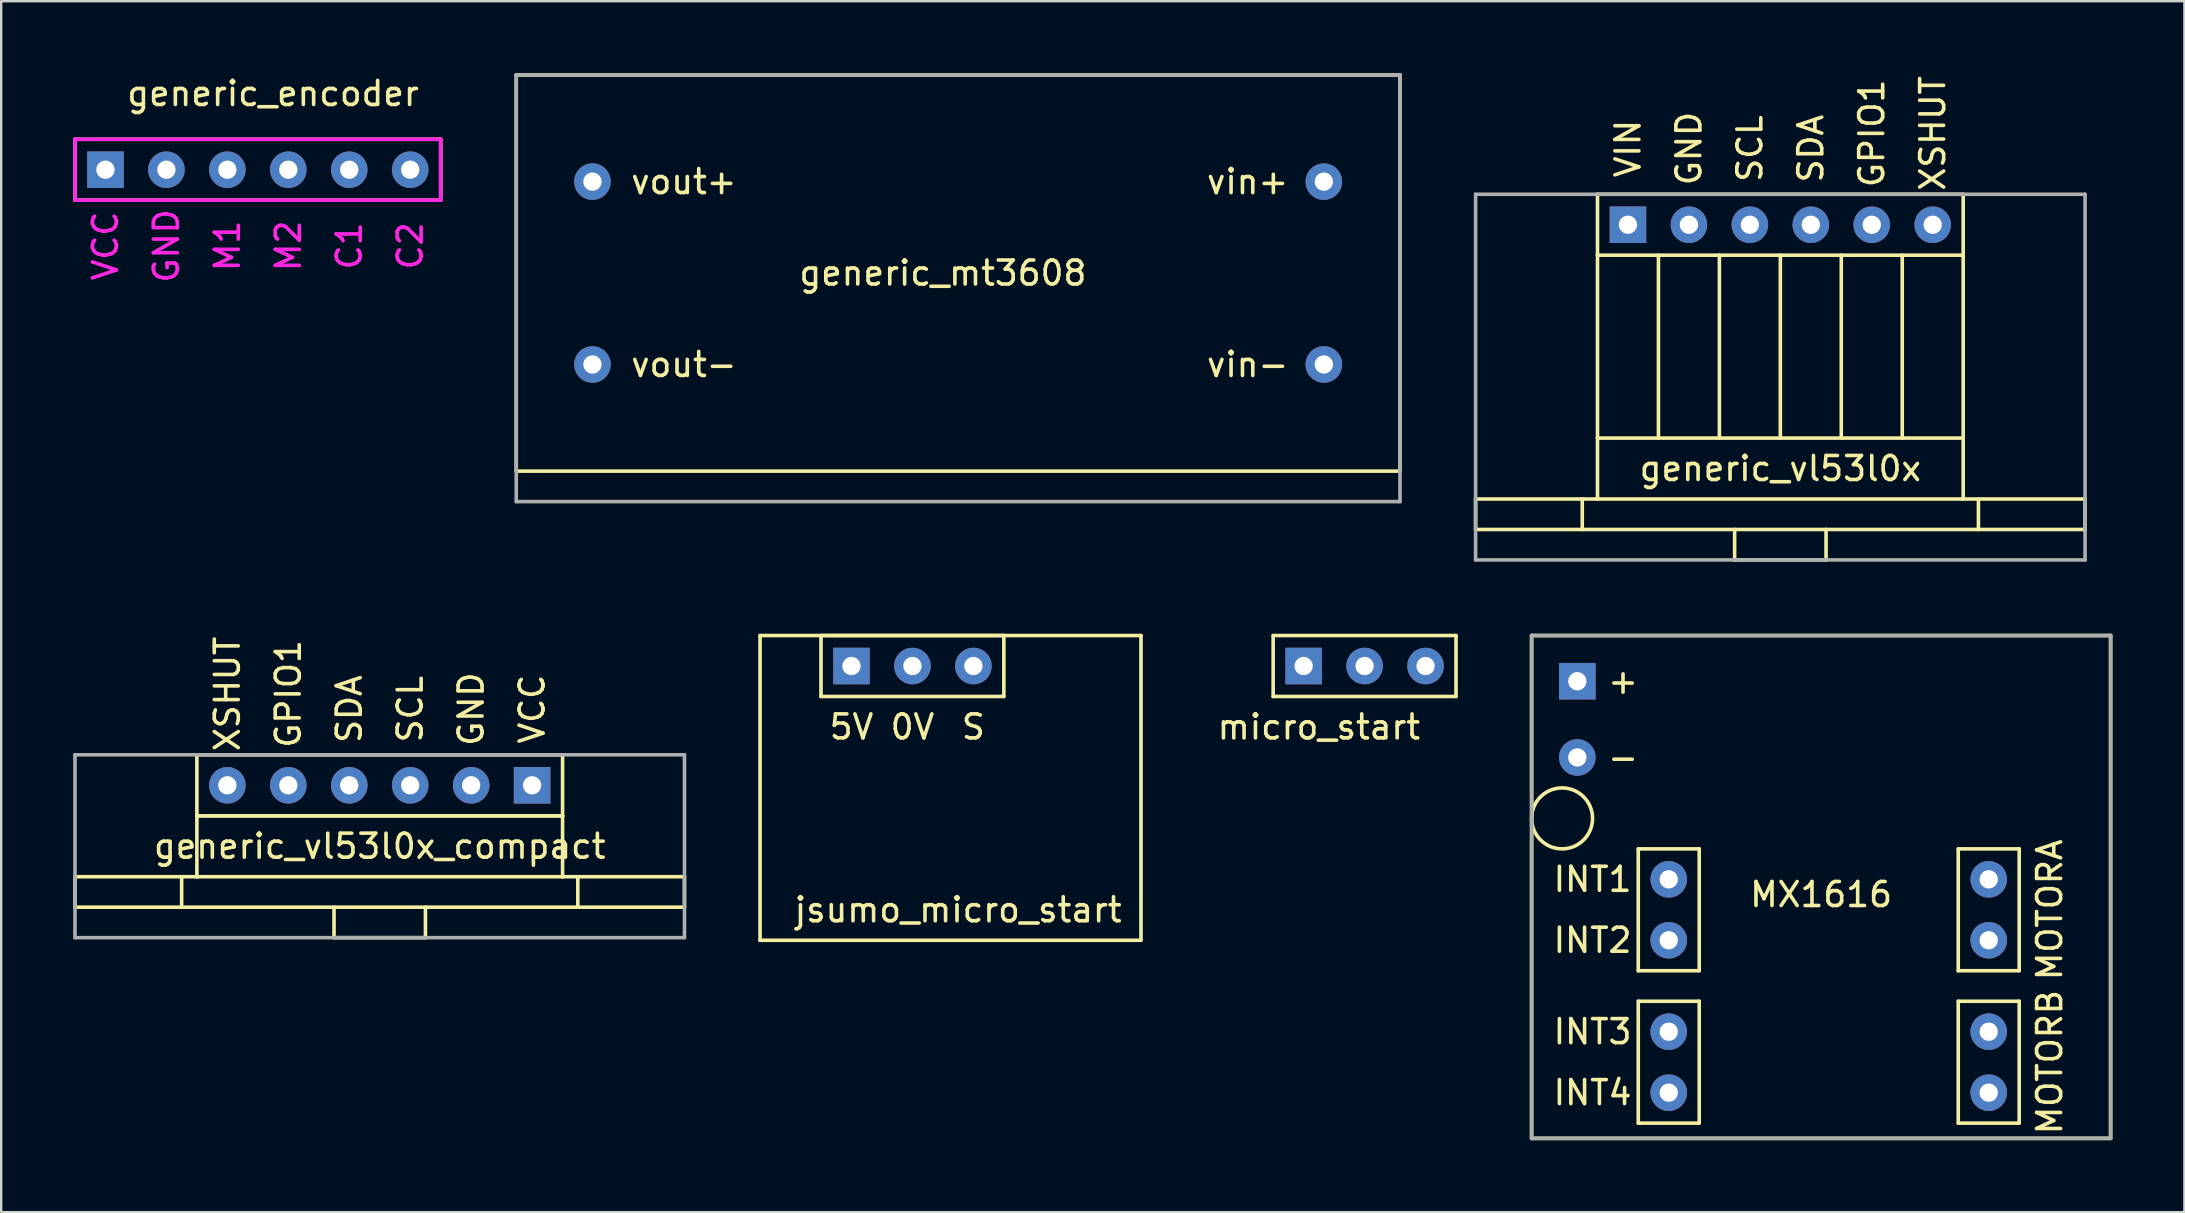
<source format=kicad_pcb>
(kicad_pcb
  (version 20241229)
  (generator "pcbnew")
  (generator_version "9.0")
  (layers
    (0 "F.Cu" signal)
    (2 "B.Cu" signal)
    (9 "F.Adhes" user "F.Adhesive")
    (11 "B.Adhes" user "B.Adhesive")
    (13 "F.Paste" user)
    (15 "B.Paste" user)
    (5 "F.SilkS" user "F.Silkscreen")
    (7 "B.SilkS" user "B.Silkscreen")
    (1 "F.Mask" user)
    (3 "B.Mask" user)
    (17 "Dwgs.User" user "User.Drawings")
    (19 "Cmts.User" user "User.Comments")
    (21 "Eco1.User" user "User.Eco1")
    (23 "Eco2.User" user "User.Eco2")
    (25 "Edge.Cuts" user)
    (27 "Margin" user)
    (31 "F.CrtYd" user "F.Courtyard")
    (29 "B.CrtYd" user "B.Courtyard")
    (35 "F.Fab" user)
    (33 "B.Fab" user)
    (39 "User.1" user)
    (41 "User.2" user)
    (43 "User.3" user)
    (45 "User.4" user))
  (footprint "generic_vl53l0x"
    (layer "F.Cu")
    (at 64.795 6.316)
    (property "Reference" "generic_vl53l0x" (at 6.35 10.16 0) (layer "F.SilkS") (effects (font (size 1 1) (thickness 0.15))))
    (attr through_hole)
    (fp_line (start -6.35 11.43) (end -6.35 12.7) (stroke (width 0.15) (type solid)) (layer "F.SilkS"))
    (fp_line (start -6.35 12.7) (end 19.05 12.7) (stroke (width 0.15) (type solid)) (layer "F.SilkS"))
    (fp_line (start -1.905 11.43) (end -1.905 12.7) (stroke (width 0.15) (type solid)) (layer "F.SilkS"))
    (fp_line (start -1.27 -1.27) (end 13.97 -1.27) (stroke (width 0.15) (type solid)) (layer "F.SilkS"))
    (fp_line (start -1.27 1.27) (end -1.27 -1.27) (stroke (width 0.15) (type solid)) (layer "F.SilkS"))
    (fp_line (start -1.27 1.27) (end -1.27 8.89) (stroke (width 0.15) (type solid)) (layer "F.SilkS"))
    (fp_line (start -1.27 1.27) (end 13.97 1.27) (stroke (width 0.15) (type solid)) (layer "F.SilkS"))
    (fp_line (start -1.27 8.89) (end -1.27 11.43) (stroke (width 0.15) (type solid)) (layer "F.SilkS"))
    (fp_line (start -1.27 8.89) (end 13.97 8.89) (stroke (width 0.15) (type solid)) (layer "F.SilkS"))
    (fp_line (start -1.27 11.43) (end -6.35 11.43) (stroke (width 0.15) (type solid)) (layer "F.SilkS"))
    (fp_line (start -1.27 11.43) (end 13.97 11.43) (stroke (width 0.15) (type solid)) (layer "F.SilkS"))
    (fp_line (start 1.27 1.27) (end 1.27 8.89) (stroke (width 0.15) (type solid)) (layer "F.SilkS"))
    (fp_line (start 3.81 1.27) (end 3.81 8.89) (stroke (width 0.15) (type solid)) (layer "F.SilkS"))
    (fp_line (start 4.445 12.7) (end 4.445 13.97) (stroke (width 0.15) (type solid)) (layer "F.SilkS"))
    (fp_line (start 4.445 13.97) (end 8.255 13.97) (stroke (width 0.15) (type solid)) (layer "F.SilkS"))
    (fp_line (start 6.35 1.27) (end 6.35 8.89) (stroke (width 0.15) (type solid)) (layer "F.SilkS"))
    (fp_line (start 8.255 13.97) (end 8.255 12.7) (stroke (width 0.15) (type solid)) (layer "F.SilkS"))
    (fp_line (start 8.89 1.27) (end 8.89 8.89) (stroke (width 0.15) (type solid)) (layer "F.SilkS"))
    (fp_line (start 11.43 1.27) (end 11.43 8.89) (stroke (width 0.15) (type solid)) (layer "F.SilkS"))
    (fp_line (start 13.97 -1.27) (end 13.97 1.27) (stroke (width 0.15) (type solid)) (layer "F.SilkS"))
    (fp_line (start 13.97 8.89) (end 13.97 1.27) (stroke (width 0.15) (type solid)) (layer "F.SilkS"))
    (fp_line (start 13.97 11.43) (end 13.97 8.89) (stroke (width 0.15) (type solid)) (layer "F.SilkS"))
    (fp_line (start 14.605 11.43) (end 14.605 12.7) (stroke (width 0.15) (type solid)) (layer "F.SilkS"))
    (fp_line (start 19.05 11.43) (end 13.97 11.43) (stroke (width 0.15) (type solid)) (layer "F.SilkS"))
    (fp_line (start 19.05 12.7) (end 19.05 11.43) (stroke (width 0.15) (type solid)) (layer "F.SilkS"))
    (fp_line (start -6.35 -1.27) (end 19.05 -1.27) (stroke (width 0.15) (type solid)) (layer "F.Fab"))
    (fp_line (start -6.35 13.97) (end -6.35 -1.27) (stroke (width 0.15) (type solid)) (layer "F.Fab"))
    (fp_line (start 19.05 -1.27) (end 19.05 13.97) (stroke (width 0.15) (type solid)) (layer "F.Fab"))
    (fp_line (start 19.05 13.97) (end -6.35 13.97) (stroke (width 0.15) (type solid)) (layer "F.Fab"))
    (fp_text user "GPIO1" (at 10.16 -3.81 90) (layer "F.SilkS") (effects (font (size 1 1) (thickness 0.15))))
    (fp_text user "SDA" (at 7.62 -3.175 90) (layer "F.SilkS") (effects (font (size 1 1) (thickness 0.15))))
    (fp_text user "XSHUT" (at 12.7 -3.81 90) (layer "F.SilkS") (effects (font (size 1 1) (thickness 0.15))))
    (fp_text user "SCL" (at 5.08 -3.175 90) (layer "F.SilkS") (effects (font (size 1 1) (thickness 0.15))))
    (fp_text user "VIN" (at 0 -3.175 90) (layer "F.SilkS") (effects (font (size 1 1) (thickness 0.15))))
    (fp_text user "GND" (at 2.54 -3.175 90) (layer "F.SilkS") (effects (font (size 1 1) (thickness 0.15))))
    (pad "1" thru_hole rect (at 0 0) (size 1.524 1.524) (drill 0.762) (layers "*.Cu" "*.Mask"))
    (pad "2" thru_hole circle (at 2.54 0) (size 1.524 1.524) (drill 0.762) (layers "*.Cu" "*.Mask"))
    (pad "3" thru_hole circle (at 5.08 0) (size 1.524 1.524) (drill 0.762) (layers "*.Cu" "*.Mask"))
    (pad "4" thru_hole circle (at 7.62 0) (size 1.524 1.524) (drill 0.762) (layers "*.Cu" "*.Mask"))
    (pad "5" thru_hole circle (at 10.16 0) (size 1.524 1.524) (drill 0.762) (layers "*.Cu" "*.Mask"))
    (pad "6" thru_hole circle (at 12.7 0) (size 1.524 1.524) (drill 0.762) (layers "*.Cu" "*.Mask")))
  (footprint "generic_vl53l0x_compact"
    (layer "F.Cu")
    (at 19.125 29.677)
    (property "Reference" "generic_vl53l0x_compact" (at -6.35 2.54 0) (layer "F.SilkS") (effects (font (size 1 1) (thickness 0.15))))
    (attr through_hole)
    (fp_line (start -19.05 3.81) (end -13.97 3.81) (stroke (width 0.15) (type solid)) (layer "F.SilkS"))
    (fp_line (start -19.05 5.08) (end -19.05 3.81) (stroke (width 0.15) (type solid)) (layer "F.SilkS"))
    (fp_line (start -14.605 3.81) (end -14.605 5.08) (stroke (width 0.15) (type solid)) (layer "F.SilkS"))
    (fp_line (start -13.97 -1.27) (end -13.97 1.27) (stroke (width 0.15) (type solid)) (layer "F.SilkS"))
    (fp_line (start -13.97 3.81) (end -13.97 1.27) (stroke (width 0.15) (type solid)) (layer "F.SilkS"))
    (fp_line (start -8.255 6.35) (end -8.255 5.08) (stroke (width 0.15) (type solid)) (layer "F.SilkS"))
    (fp_line (start -4.445 5.08) (end -4.445 6.35) (stroke (width 0.15) (type solid)) (layer "F.SilkS"))
    (fp_line (start -4.445 6.35) (end -8.255 6.35) (stroke (width 0.15) (type solid)) (layer "F.SilkS"))
    (fp_line (start 1.27 -1.27) (end -13.97 -1.27) (stroke (width 0.15) (type solid)) (layer "F.SilkS"))
    (fp_line (start 1.27 1.27) (end -13.97 1.27) (stroke (width 0.15) (type solid)) (layer "F.SilkS"))
    (fp_line (start 1.27 1.27) (end -13.97 1.27) (stroke (width 0.15) (type solid)) (layer "F.SilkS"))
    (fp_line (start 1.27 1.27) (end 1.27 -1.27) (stroke (width 0.15) (type solid)) (layer "F.SilkS"))
    (fp_line (start 1.27 1.27) (end 1.27 3.81) (stroke (width 0.15) (type solid)) (layer "F.SilkS"))
    (fp_line (start 1.27 3.81) (end -13.97 3.81) (stroke (width 0.15) (type solid)) (layer "F.SilkS"))
    (fp_line (start 1.27 3.81) (end 6.35 3.81) (stroke (width 0.15) (type solid)) (layer "F.SilkS"))
    (fp_line (start 1.905 3.81) (end 1.905 5.08) (stroke (width 0.15) (type solid)) (layer "F.SilkS"))
    (fp_line (start 6.35 3.81) (end 6.35 5.08) (stroke (width 0.15) (type solid)) (layer "F.SilkS"))
    (fp_line (start 6.35 5.08) (end -19.05 5.08) (stroke (width 0.15) (type solid)) (layer "F.SilkS"))
    (fp_line (start -19.05 -1.27) (end -19.05 6.35) (stroke (width 0.15) (type solid)) (layer "F.Fab"))
    (fp_line (start -19.05 6.35) (end 6.35 6.35) (stroke (width 0.15) (type solid)) (layer "F.Fab"))
    (fp_line (start 6.35 -1.27) (end -19.05 -1.27) (stroke (width 0.15) (type solid)) (layer "F.Fab"))
    (fp_line (start 6.35 6.35) (end 6.35 -1.27) (stroke (width 0.15) (type solid)) (layer "F.Fab"))
    (fp_text user "XSHUT" (at -12.7 -3.81 90) (layer "F.SilkS") (effects (font (size 1 1) (thickness 0.15))))
    (fp_text user "GND" (at -2.54 -3.175 90) (layer "F.SilkS") (effects (font (size 1 1) (thickness 0.15))))
    (fp_text user "SDA" (at -7.62 -3.175 90) (layer "F.SilkS") (effects (font (size 1 1) (thickness 0.15))))
    (fp_text user "SCL" (at -5.08 -3.175 90) (layer "F.SilkS") (effects (font (size 1 1) (thickness 0.15))))
    (fp_text user "VCC" (at 0 -3.175 90) (layer "F.SilkS") (effects (font (size 1 1) (thickness 0.15))))
    (fp_text user "GPIO1" (at -10.16 -3.81 90) (layer "F.SilkS") (effects (font (size 1 1) (thickness 0.15))))
    (pad "1" thru_hole rect (at 0 0) (size 1.524 1.524) (drill 0.762) (layers "*.Cu" "*.Mask"))
    (pad "2" thru_hole circle (at -2.54 0) (size 1.524 1.524) (drill 0.762) (layers "*.Cu" "*.Mask"))
    (pad "3" thru_hole circle (at -5.08 0) (size 1.524 1.524) (drill 0.762) (layers "*.Cu" "*.Mask"))
    (pad "4" thru_hole circle (at -7.62 0) (size 1.524 1.524) (drill 0.762) (layers "*.Cu" "*.Mask"))
    (pad "5" thru_hole circle (at -10.16 0) (size 1.524 1.524) (drill 0.762) (layers "*.Cu" "*.Mask"))
    (pad "6" thru_hole circle (at -12.7 0) (size 1.524 1.524) (drill 0.762) (layers "*.Cu" "*.Mask")))
  (footprint "MX1616"
    (layer "F.Cu")
    (at 62.684 25.341)
    (property "Reference" "MX1616" (at 10.16 8.89 0) (layer "F.SilkS") (effects (font (size 1 1) (thickness 0.15))))
    (attr through_hole)
    (fp_line (start -1.905 -1.905) (end -1.905 19.05) (stroke (width 0.15) (type solid)) (layer "F.SilkS"))
    (fp_line (start -1.905 -1.905) (end 22.225 -1.905) (stroke (width 0.15) (type solid)) (layer "F.SilkS"))
    (fp_line (start -1.905 19.05) (end 22.225 19.05) (stroke (width 0.15) (type solid)) (layer "F.SilkS"))
    (fp_line (start 2.54 6.985) (end 5.08 6.985) (stroke (width 0.15) (type solid)) (layer "F.SilkS"))
    (fp_line (start 2.54 12.065) (end 2.54 6.985) (stroke (width 0.15) (type solid)) (layer "F.SilkS"))
    (fp_line (start 2.54 13.335) (end 5.08 13.335) (stroke (width 0.15) (type solid)) (layer "F.SilkS"))
    (fp_line (start 2.54 18.415) (end 2.54 13.335) (stroke (width 0.15) (type solid)) (layer "F.SilkS"))
    (fp_line (start 5.08 6.985) (end 5.08 12.065) (stroke (width 0.15) (type solid)) (layer "F.SilkS"))
    (fp_line (start 5.08 12.065) (end 2.54 12.065) (stroke (width 0.15) (type solid)) (layer "F.SilkS"))
    (fp_line (start 5.08 13.335) (end 5.08 18.415) (stroke (width 0.15) (type solid)) (layer "F.SilkS"))
    (fp_line (start 5.08 18.415) (end 2.54 18.415) (stroke (width 0.15) (type solid)) (layer "F.SilkS"))
    (fp_line (start 15.875 6.985) (end 18.415 6.985) (stroke (width 0.15) (type solid)) (layer "F.SilkS"))
    (fp_line (start 15.875 12.065) (end 15.875 6.985) (stroke (width 0.15) (type solid)) (layer "F.SilkS"))
    (fp_line (start 15.875 13.335) (end 18.415 13.335) (stroke (width 0.15) (type solid)) (layer "F.SilkS"))
    (fp_line (start 15.875 18.415) (end 15.875 13.335) (stroke (width 0.15) (type solid)) (layer "F.SilkS"))
    (fp_line (start 18.415 6.985) (end 18.415 12.065) (stroke (width 0.15) (type solid)) (layer "F.SilkS"))
    (fp_line (start 18.415 12.065) (end 15.875 12.065) (stroke (width 0.15) (type solid)) (layer "F.SilkS"))
    (fp_line (start 18.415 13.335) (end 18.415 18.415) (stroke (width 0.15) (type solid)) (layer "F.SilkS"))
    (fp_line (start 18.415 18.415) (end 15.875 18.415) (stroke (width 0.15) (type solid)) (layer "F.SilkS"))
    (fp_line (start 22.225 -1.905) (end 22.225 19.05) (stroke (width 0.15) (type solid)) (layer "F.SilkS"))
    (fp_circle (center -0.635 5.715) (end 0.635 5.715) (stroke (width 0.15) (type solid)) (fill no) (layer "F.SilkS"))
    (fp_line (start -1.905 -1.905) (end 22.225 -1.905) (stroke (width 0.15) (type solid)) (layer "F.Fab"))
    (fp_line (start -1.905 19.05) (end -1.905 -1.905) (stroke (width 0.15) (type solid)) (layer "F.Fab"))
    (fp_line (start 22.225 -1.905) (end 22.225 19.05) (stroke (width 0.15) (type solid)) (layer "F.Fab"))
    (fp_line (start 22.225 19.05) (end -1.905 19.05) (stroke (width 0.15) (type solid)) (layer "F.Fab"))
    (fp_text user "MOTORB" (at 19.685 15.875 90) (layer "F.SilkS") (effects (font (size 1 1) (thickness 0.15))))
    (fp_text user "INT2" (at 0.635 10.795 0) (layer "F.SilkS") (effects (font (size 1 1) (thickness 0.15))))
    (fp_text user "INT3" (at 0.635 14.605 0) (layer "F.SilkS") (effects (font (size 1 1) (thickness 0.15))))
    (fp_text user "INT1" (at 0.635 8.255 0) (layer "F.SilkS") (effects (font (size 1 1) (thickness 0.15))))
    (fp_text user "+" (at 1.905 0 0) (layer "F.SilkS") (effects (font (size 1 1) (thickness 0.15))))
    (fp_text user "INT4" (at 0.635 17.145 0) (layer "F.SilkS") (effects (font (size 1 1) (thickness 0.15))))
    (fp_text user "MOTORA" (at 19.685 9.525 90) (layer "F.SilkS") (effects (font (size 1 1) (thickness 0.15))))
    (fp_text user "-" (at 1.905 3.175 0) (layer "F.SilkS") (effects (font (size 1 1) (thickness 0.15))))
    (pad "1" thru_hole rect (at 0 0) (size 1.524 1.524) (drill 0.762) (layers "*.Cu" "*.Mask"))
    (pad "2" thru_hole circle (at 0 3.175) (size 1.524 1.524) (drill 0.762) (layers "*.Cu" "*.Mask"))
    (pad "3" thru_hole circle (at 3.81 8.255) (size 1.524 1.524) (drill 0.762) (layers "*.Cu" "*.Mask"))
    (pad "4" thru_hole circle (at 3.81 10.795) (size 1.524 1.524) (drill 0.762) (layers "*.Cu" "*.Mask"))
    (pad "5" thru_hole circle (at 3.81 14.605) (size 1.524 1.524) (drill 0.762) (layers "*.Cu" "*.Mask"))
    (pad "6" thru_hole circle (at 3.81 17.145) (size 1.524 1.524) (drill 0.762) (layers "*.Cu" "*.Mask"))
    (pad "7" thru_hole circle (at 17.145 8.255) (size 1.524 1.524) (drill 0.762) (layers "*.Cu" "*.Mask"))
    (pad "8" thru_hole circle (at 17.145 10.795) (size 1.524 1.524) (drill 0.762) (layers "*.Cu" "*.Mask"))
    (pad "9" thru_hole circle (at 17.145 14.605) (size 1.524 1.524) (drill 0.762) (layers "*.Cu" "*.Mask"))
    (pad "10" thru_hole circle (at 17.145 17.145) (size 1.524 1.524) (drill 0.762) (layers "*.Cu" "*.Mask")))
  (footprint "generic_mt3608"
    (layer "F.Cu")
    (at 52.12 4.52)
    (property "Reference" "generic_mt3608" (at -15.875 3.81 0) (layer "F.SilkS") (effects (font (size 1 1) (thickness 0.15))))
    (attr through_hole)
    (fp_line (start -33.655 -4.445) (end 3.175 -4.445) (stroke (width 0.15) (type solid)) (layer "F.SilkS"))
    (fp_line (start -33.655 12.065) (end -33.655 -4.445) (stroke (width 0.15) (type solid)) (layer "F.SilkS"))
    (fp_line (start 3.175 12.065) (end -33.655 12.065) (stroke (width 0.15) (type solid)) (layer "F.SilkS"))
    (fp_line (start 3.175 12.065) (end 3.175 -4.445) (stroke (width 0.15) (type solid)) (layer "F.SilkS"))
    (fp_line (start -33.655 -4.445) (end 3.175 -4.445) (stroke (width 0.15) (type solid)) (layer "F.Fab"))
    (fp_line (start -33.655 13.335) (end -33.655 -4.445) (stroke (width 0.15) (type solid)) (layer "F.Fab"))
    (fp_line (start 3.175 -4.445) (end 3.175 13.335) (stroke (width 0.15) (type solid)) (layer "F.Fab"))
    (fp_line (start 3.175 13.335) (end -33.655 13.335) (stroke (width 0.15) (type solid)) (layer "F.Fab"))
    (fp_text user "vout-" (at -26.67 7.62 0) (layer "F.SilkS") (effects (font (size 1 1) (thickness 0.15))))
    (fp_text user "vout+" (at -26.67 0 0) (layer "F.SilkS") (effects (font (size 1 1) (thickness 0.15))))
    (fp_text user "vin-" (at -3.175 7.62 0) (layer "F.SilkS") (effects (font (size 1 1) (thickness 0.15))))
    (fp_text user "vin+" (at -3.175 0 0) (layer "F.SilkS") (effects (font (size 1 1) (thickness 0.15))))
    (pad "1" thru_hole circle (at 0 0) (size 1.524 1.524) (drill 0.762) (layers "*.Cu" "*.Mask"))
    (pad "2" thru_hole circle (at 0 7.62) (size 1.524 1.524) (drill 0.762) (layers "*.Cu" "*.Mask"))
    (pad "3" thru_hole circle (at -30.48 0) (size 1.524 1.524) (drill 0.762) (layers "*.Cu" "*.Mask"))
    (pad "4" thru_hole circle (at -30.48 7.62) (size 1.524 1.524) (drill 0.762) (layers "*.Cu" "*.Mask")))
  (footprint "jsumo_micro_start"
    (layer "F.Cu")
    (at 32.435 24.706)
    (property "Reference" "jsumo_micro_start" (at 4.445 10.16 0) (layer "F.SilkS") (effects (font (size 1 1) (thickness 0.15))))
    (attr through_hole)
    (fp_line (start -3.81 -1.27) (end -3.81 11.43) (stroke (width 0.15) (type solid)) (layer "F.SilkS"))
    (fp_line (start -1.27 -1.27) (end -1.27 1.27) (stroke (width 0.15) (type solid)) (layer "F.SilkS"))
    (fp_line (start -1.27 1.27) (end 6.35 1.27) (stroke (width 0.15) (type solid)) (layer "F.SilkS"))
    (fp_line (start 6.35 -1.27) (end -1.27 -1.27) (stroke (width 0.15) (type solid)) (layer "F.SilkS"))
    (fp_line (start 6.35 1.27) (end 6.35 -1.27) (stroke (width 0.15) (type solid)) (layer "F.SilkS"))
    (fp_line (start 12.065 -1.27) (end -3.81 -1.27) (stroke (width 0.15) (type solid)) (layer "F.SilkS"))
    (fp_line (start 12.065 -1.27) (end 12.065 11.43) (stroke (width 0.15) (type solid)) (layer "F.SilkS"))
    (fp_line (start 12.065 11.43) (end -3.81 11.43) (stroke (width 0.15) (type solid)) (layer "F.SilkS"))
    (fp_text user "0V" (at 2.54 2.54 0) (layer "F.SilkS") (effects (font (size 1 1) (thickness 0.15))))
    (fp_text user "5V" (at 0 2.54 0) (layer "F.SilkS") (effects (font (size 1 1) (thickness 0.15))))
    (fp_text user "S" (at 5.08 2.54 0) (layer "F.SilkS") (effects (font (size 1 1) (thickness 0.15))))
    (pad "1" thru_hole rect (at 0 0) (size 1.524 1.524) (drill 0.762) (layers "*.Cu" "*.Mask"))
    (pad "2" thru_hole circle (at 2.54 0) (size 1.524 1.524) (drill 0.762) (layers "*.Cu" "*.Mask"))
    (pad "3" thru_hole circle (at 5.08 0) (size 1.524 1.524) (drill 0.762) (layers "*.Cu" "*.Mask")))
  (footprint "generic_encoder"
    (layer "F.Cu")
    (at 1.345 4.023)
    (property "Reference" "generic_encoder" (at 6.985 -3.175 0) (layer "F.SilkS") (effects (font (size 1 1) (thickness 0.15))))
    (attr through_hole)
    (fp_line (start -1.27 -1.27) (end 13.97 -1.27) (stroke (width 0.15) (type solid)) (layer "F.SilkS"))
    (fp_line (start -1.27 1.27) (end -1.27 -1.27) (stroke (width 0.15) (type solid)) (layer "F.SilkS"))
    (fp_line (start 13.97 -1.27) (end 13.97 1.27) (stroke (width 0.15) (type solid)) (layer "F.SilkS"))
    (fp_line (start 13.97 1.27) (end -1.27 1.27) (stroke (width 0.15) (type solid)) (layer "F.SilkS"))
    (fp_line (start -1.27 -1.27) (end 13.97 -1.27) (stroke (width 0.15) (type solid)) (layer "F.CrtYd"))
    (fp_line (start -1.27 1.27) (end -1.27 -1.27) (stroke (width 0.15) (type solid)) (layer "F.CrtYd"))
    (fp_line (start 13.97 -1.27) (end 13.97 1.27) (stroke (width 0.15) (type solid)) (layer "F.CrtYd"))
    (fp_line (start 13.97 1.27) (end -1.27 1.27) (stroke (width 0.15) (type solid)) (layer "F.CrtYd"))
    (fp_text user "VCC" (at 0 3.175 90) (layer "F.CrtYd") (effects (font (size 1 1) (thickness 0.15))))
    (fp_text user "M1" (at 5.08 3.175 90) (layer "F.CrtYd") (effects (font (size 1 1) (thickness 0.15))))
    (fp_text user "M2" (at 7.62 3.175 90) (layer "F.CrtYd") (effects (font (size 1 1) (thickness 0.15))))
    (fp_text user "C2" (at 12.7 3.175 90) (layer "F.CrtYd") (effects (font (size 1 1) (thickness 0.15))))
    (fp_text user "GND" (at 2.54 3.175 90) (layer "F.CrtYd") (effects (font (size 1 1) (thickness 0.15))))
    (fp_text user "C1" (at 10.16 3.175 90) (layer "F.CrtYd") (effects (font (size 1 1) (thickness 0.15))))
    (pad "1" thru_hole rect (at 0 0) (size 1.524 1.524) (drill 0.762) (layers "*.Cu" "*.Mask"))
    (pad "2" thru_hole circle (at 2.54 0) (size 1.524 1.524) (drill 0.762) (layers "*.Cu" "*.Mask"))
    (pad "3" thru_hole circle (at 5.08 0) (size 1.524 1.524) (drill 0.762) (layers "*.Cu" "*.Mask"))
    (pad "4" thru_hole circle (at 7.62 0) (size 1.524 1.524) (drill 0.762) (layers "*.Cu" "*.Mask"))
    (pad "5" thru_hole circle (at 10.16 0) (size 1.524 1.524) (drill 0.762) (layers "*.Cu" "*.Mask"))
    (pad "6" thru_hole circle (at 12.7 0) (size 1.524 1.524) (drill 0.762) (layers "*.Cu" "*.Mask")))
  (footprint "micro_start"
    (layer "F.Cu")
    (at 51.279 24.706)
    (property "Reference" "micro_start" (at 0.635 2.54 0) (layer "F.SilkS") (effects (font (size 1 1) (thickness 0.15))))
    (attr through_hole)
    (fp_line (start -1.27 -1.27) (end -1.27 1.27) (stroke (width 0.15) (type solid)) (layer "F.SilkS"))
    (fp_line (start -1.27 1.27) (end 6.35 1.27) (stroke (width 0.15) (type solid)) (layer "F.SilkS"))
    (fp_line (start 6.35 -1.27) (end -1.27 -1.27) (stroke (width 0.15) (type solid)) (layer "F.SilkS"))
    (fp_line (start 6.35 1.27) (end 6.35 -1.27) (stroke (width 0.15) (type solid)) (layer "F.SilkS"))
    (pad "1" thru_hole rect (at 0 0) (size 1.524 1.524) (drill 0.762) (layers "*.Cu" "*.Mask"))
    (pad "2" thru_hole circle (at 2.54 0) (size 1.524 1.524) (drill 0.762) (layers "*.Cu" "*.Mask"))
    (pad "3" thru_hole circle (at 5.08 0) (size 1.524 1.524) (drill 0.762) (layers "*.Cu" "*.Mask")))
  (gr_rect
    (start -3 -3)
    (end 87.984 47.466)
    (stroke (width 0.1) (type default))
    (fill no)
    (layer "Edge.Cuts")))
</source>
